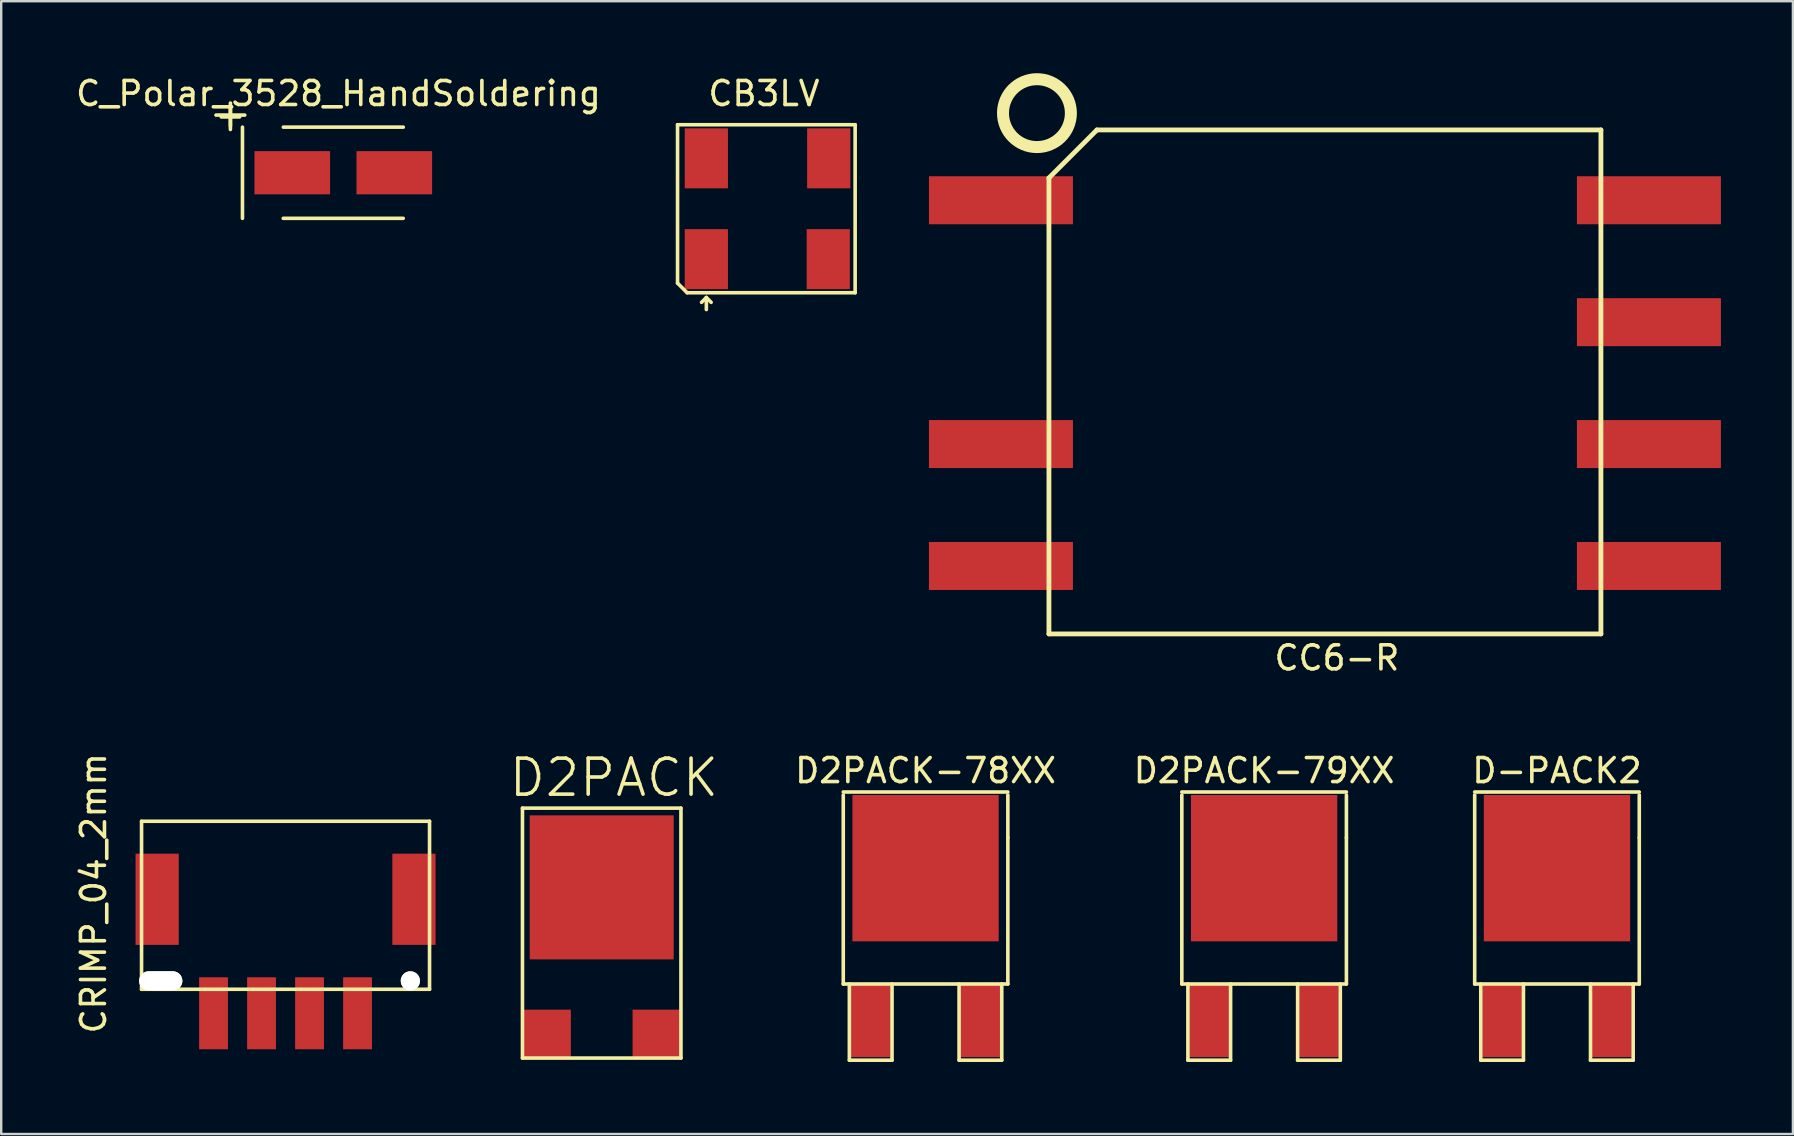
<source format=kicad_pcb>
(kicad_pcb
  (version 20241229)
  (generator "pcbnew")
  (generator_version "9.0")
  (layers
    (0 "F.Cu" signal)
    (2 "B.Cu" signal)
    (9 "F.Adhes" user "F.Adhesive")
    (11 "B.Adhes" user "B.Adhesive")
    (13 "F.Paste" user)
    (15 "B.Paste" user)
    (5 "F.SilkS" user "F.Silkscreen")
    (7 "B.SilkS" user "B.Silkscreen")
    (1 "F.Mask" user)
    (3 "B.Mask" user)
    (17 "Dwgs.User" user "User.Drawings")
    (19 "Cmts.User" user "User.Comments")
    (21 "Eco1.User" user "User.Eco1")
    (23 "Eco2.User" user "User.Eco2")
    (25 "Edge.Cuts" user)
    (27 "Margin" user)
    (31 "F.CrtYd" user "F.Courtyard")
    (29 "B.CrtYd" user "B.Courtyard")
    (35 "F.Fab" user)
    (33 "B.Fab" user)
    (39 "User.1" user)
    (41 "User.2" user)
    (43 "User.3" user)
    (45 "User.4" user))
  (footprint "D-PACK2"
    (layer "F.Cu")
    (at 61.826 39.475)
    (property "Reference" "D-PACK2" (at 0 -10.414 0) (layer "F.SilkS") (effects (font (size 1 1) (thickness 0.15))))
    (attr smd)
    (fp_line (start -3.429 -9.525) (end 3.429 -9.525) (stroke (width 0.15) (type solid)) (layer "F.SilkS"))
    (fp_line (start -3.429 -1.524) (end -3.429 -9.398) (stroke (width 0.15) (type solid)) (layer "F.SilkS"))
    (fp_line (start -3.175 -1.524) (end -3.175 1.651) (stroke (width 0.15) (type solid)) (layer "F.SilkS"))
    (fp_line (start -3.175 1.651) (end -1.397 1.651) (stroke (width 0.15) (type solid)) (layer "F.SilkS"))
    (fp_line (start -1.397 1.651) (end -1.397 -1.524) (stroke (width 0.15) (type solid)) (layer "F.SilkS"))
    (fp_line (start 1.397 -1.524) (end 1.397 1.651) (stroke (width 0.15) (type solid)) (layer "F.SilkS"))
    (fp_line (start 1.397 1.651) (end 3.175 1.651) (stroke (width 0.15) (type solid)) (layer "F.SilkS"))
    (fp_line (start 3.175 1.651) (end 3.175 -1.524) (stroke (width 0.15) (type solid)) (layer "F.SilkS"))
    (fp_line (start 3.429 -9.398) (end 3.429 -7.62) (stroke (width 0.15) (type solid)) (layer "F.SilkS"))
    (fp_line (start 3.429 -7.62) (end 3.429 -1.524) (stroke (width 0.15) (type solid)) (layer "F.SilkS"))
    (fp_line (start 3.429 -1.524) (end -3.429 -1.524) (stroke (width 0.15) (type solid)) (layer "F.SilkS"))
    (pad "GND" smd rect (at 0 -6.35) (size 6.096 6.096) (layers "F.Cu" "F.Mask" "F.Paste"))
    (pad "VI" smd rect (at -2.286 0) (size 1.651 3.048) (layers "F.Cu" "F.Mask" "F.Paste"))
    (pad "VO" smd rect (at 2.286 0) (size 1.651 3.048) (layers "F.Cu" "F.Mask" "F.Paste")))
  (footprint "CRIMP_04_2mm"
    (layer "F.Cu")
    (at 8.848 35.171)
    (property "Reference" "CRIMP_04_2mm" (at -8 -1 90) (layer "F.SilkS") (effects (font (size 1 1) (thickness 0.15))))
    (attr through_hole)
    (fp_line (start -6 -4) (end -6 3) (stroke (width 0.15) (type solid)) (layer "F.SilkS"))
    (fp_line (start -6 3) (end 6 3) (stroke (width 0.15) (type solid)) (layer "F.SilkS"))
    (fp_line (start 6 -4) (end -6 -4) (stroke (width 0.15) (type solid)) (layer "F.SilkS"))
    (fp_line (start 6 3) (end 6 -4) (stroke (width 0.15) (type solid)) (layer "F.SilkS"))
    (pad "" connect rect (at -5.35 -0.75) (size 1.8 3.8) (layers "F.Cu" "F.Mask"))
    (pad "" np_thru_hole oval (at -5.2 2.65) (size 1.8 0.8) (drill oval 1.8 0.8) (layers "*.Cu" "*.Mask" "F.SilkS"))
    (pad "" np_thru_hole circle (at 5.2 2.65) (size 0.8 0.8) (drill 0.8) (layers "*.Cu" "*.Mask" "F.SilkS"))
    (pad "" connect rect (at 5.35 -0.75) (size 1.8 3.8) (layers "F.Cu" "F.Mask"))
    (pad "1" smd rect (at -3 4) (size 1.2 3) (layers "F.Cu" "F.Mask" "F.Paste"))
    (pad "2" smd rect (at -1 4) (size 1.2 3) (layers "F.Cu" "F.Mask" "F.Paste"))
    (pad "3" smd rect (at 1 4) (size 1.2 3) (layers "F.Cu" "F.Mask" "F.Paste"))
    (pad "4" smd rect (at 3 4) (size 1.2 3) (layers "F.Cu" "F.Mask" "F.Paste")))
  (footprint "D2PACK-78XX"
    (layer "F.Cu")
    (at 35.516 39.475)
    (property "Reference" "D2PACK-78XX" (at 0 -10.414 0) (layer "F.SilkS") (effects (font (size 1 1) (thickness 0.15))))
    (attr smd)
    (fp_line (start -3.429 -9.525) (end 3.429 -9.525) (stroke (width 0.15) (type solid)) (layer "F.SilkS"))
    (fp_line (start -3.429 -1.524) (end -3.429 -9.398) (stroke (width 0.15) (type solid)) (layer "F.SilkS"))
    (fp_line (start -3.175 -1.524) (end -3.175 1.651) (stroke (width 0.15) (type solid)) (layer "F.SilkS"))
    (fp_line (start -3.175 1.651) (end -1.397 1.651) (stroke (width 0.15) (type solid)) (layer "F.SilkS"))
    (fp_line (start -1.397 1.651) (end -1.397 -1.524) (stroke (width 0.15) (type solid)) (layer "F.SilkS"))
    (fp_line (start 1.397 -1.524) (end 1.397 1.651) (stroke (width 0.15) (type solid)) (layer "F.SilkS"))
    (fp_line (start 1.397 1.651) (end 3.175 1.651) (stroke (width 0.15) (type solid)) (layer "F.SilkS"))
    (fp_line (start 3.175 1.651) (end 3.175 -1.524) (stroke (width 0.15) (type solid)) (layer "F.SilkS"))
    (fp_line (start 3.429 -9.398) (end 3.429 -7.62) (stroke (width 0.15) (type solid)) (layer "F.SilkS"))
    (fp_line (start 3.429 -7.62) (end 3.429 -1.524) (stroke (width 0.15) (type solid)) (layer "F.SilkS"))
    (fp_line (start 3.429 -1.524) (end -3.429 -1.524) (stroke (width 0.15) (type solid)) (layer "F.SilkS"))
    (pad "GND" smd rect (at 0 -6.35) (size 6.096 6.096) (layers "F.Cu" "F.Mask" "F.Paste"))
    (pad "VI" smd rect (at -2.286 0) (size 1.651 3.048) (layers "F.Cu" "F.Mask" "F.Paste"))
    (pad "VO" smd rect (at 2.286 0) (size 1.651 3.048) (layers "F.Cu" "F.Mask" "F.Paste")))
  (footprint "C_Polar_3528_HandSoldering"
    (layer "F.Cu")
    (at 11.254 4.148)
    (property "Reference" "C_Polar_3528_HandSoldering" (at -0.201 -3.299 0) (layer "F.SilkS") (effects (font (size 1 1) (thickness 0.15))))
    (attr smd)
    (fp_line (start -5.304 -2.403) (end -4.105 -2.403) (stroke (width 0.15) (type solid)) (layer "F.SilkS"))
    (fp_line (start -4.704 -2.903) (end -4.704 -1.803) (stroke (width 0.15) (type solid)) (layer "F.SilkS"))
    (fp_line (start -4.201 -1.9) (end -4.201 1.9) (stroke (width 0.15) (type solid)) (layer "F.SilkS"))
    (fp_line (start 2.497 1.9) (end -2.502 1.9) (stroke (width 0.15) (type solid)) (layer "F.SilkS"))
    (fp_line (start 2.499 -1.9) (end -2.499 -1.9) (stroke (width 0.15) (type solid)) (layer "F.SilkS"))
    (fp_text user "+" (at -4.702 -2.4 0) (layer "F.SilkS") (effects (font (size 1 1) (thickness 0.15))))
    (pad "1" smd rect (at -2.126 0) (size 3.15 1.801) (layers "F.Cu" "F.Mask" "F.Paste"))
    (pad "2" smd rect (at 2.126 0) (size 3.15 1.801) (layers "F.Cu" "F.Mask" "F.Paste")))
  (footprint "CC6-R"
    (layer "F.Cu")
    (at 52.057 12.864)
    (property "Reference" "CC6-R" (at 0.6 11.5 0) (layer "F.SilkS") (effects (font (size 1 1) (thickness 0.15))))
    (attr through_hole)
    (fp_line (start -11.4 -8.5) (end -9.4 -10.5) (stroke (width 0.2) (type solid)) (layer "F.SilkS"))
    (fp_line (start -11.4 10.5) (end -11.4 -8.5) (stroke (width 0.2) (type solid)) (layer "F.SilkS"))
    (fp_line (start -9.4 -10.5) (end 11.6 -10.5) (stroke (width 0.2) (type solid)) (layer "F.SilkS"))
    (fp_line (start 11.6 -10.5) (end 11.6 10.5) (stroke (width 0.2) (type solid)) (layer "F.SilkS"))
    (fp_line (start 11.6 10.5) (end -11.4 10.5) (stroke (width 0.2) (type solid)) (layer "F.SilkS"))
    (fp_circle (center -11.9 -11.2) (end -10.9 -10.2) (stroke (width 0.5) (type solid)) (fill no) (layer "F.SilkS"))
    (pad "1" smd rect (at -13.4 -7.57) (size 6 2) (layers "F.Cu" "F.Mask" "F.Paste"))
    (pad "2" smd rect (at -13.4 2.59) (size 6 2) (layers "F.Cu" "F.Mask" "F.Paste"))
    (pad "3" smd rect (at -13.4 7.67) (size 6 2) (layers "F.Cu" "F.Mask" "F.Paste"))
    (pad "4" smd rect (at 13.6 7.67) (size 6 2) (layers "F.Cu" "F.Mask" "F.Paste"))
    (pad "5" smd rect (at 13.6 2.59) (size 6 2) (layers "F.Cu" "F.Mask" "F.Paste"))
    (pad "6" smd rect (at 13.6 -2.49) (size 6 2) (layers "F.Cu" "F.Mask" "F.Paste"))
    (pad "7" smd rect (at 13.6 -7.57) (size 6 2) (layers "F.Cu" "F.Mask" "F.Paste")))
  (footprint "CB3LV"
    (layer "F.Cu")
    (at 26.382 7.748)
    (property "Reference" "CB3LV" (at 2.4 -6.9 0) (layer "F.SilkS") (effects (font (size 1 1) (thickness 0.15))))
    (attr through_hole)
    (fp_line (start -1.2 -5.6) (end -1.2 1) (stroke (width 0.15) (type solid)) (layer "F.SilkS"))
    (fp_line (start -1.2 1) (end -0.8 1.4) (stroke (width 0.15) (type solid)) (layer "F.SilkS"))
    (fp_line (start -0.8 1.4) (end 6.2 1.4) (stroke (width 0.15) (type solid)) (layer "F.SilkS"))
    (fp_line (start 0 1.6) (end -0.2 1.8) (stroke (width 0.15) (type solid)) (layer "F.SilkS"))
    (fp_line (start 0 1.6) (end 0.2 1.8) (stroke (width 0.15) (type solid)) (layer "F.SilkS"))
    (fp_line (start 0 2.1) (end 0 1.6) (stroke (width 0.15) (type solid)) (layer "F.SilkS"))
    (fp_line (start 6.2 -5.6) (end -1.2 -5.6) (stroke (width 0.15) (type solid)) (layer "F.SilkS"))
    (fp_line (start 6.2 1.4) (end 6.2 -5.6) (stroke (width 0.15) (type solid)) (layer "F.SilkS"))
    (pad "1" smd rect (at 0 0) (size 1.8 2.5) (layers "F.Cu" "F.Mask" "F.Paste"))
    (pad "2" smd rect (at 5.08 0) (size 1.8 2.5) (layers "F.Cu" "F.Mask" "F.Paste"))
    (pad "3" smd rect (at 5.1 -4.2) (size 1.8 2.5) (layers "F.Cu" "F.Mask" "F.Paste"))
    (pad "4" smd rect (at 0 -4.2) (size 1.8 2.5) (layers "F.Cu" "F.Mask" "F.Paste")))
  (footprint "D2PACK"
    (layer "F.Cu")
    (at 22.022 33.925)
    (property "Reference" "D2PACK" (at 0.508 -4.572 0) (layer "F.SilkS") (effects (font (size 1.5 1.5) (thickness 0.15))))
    (attr through_hole)
    (fp_line (start -3.302 -3.302) (end -3.302 7.112) (stroke (width 0.15) (type solid)) (layer "F.SilkS"))
    (fp_line (start -3.302 7.112) (end 3.302 7.112) (stroke (width 0.15) (type solid)) (layer "F.SilkS"))
    (fp_line (start 3.302 -3.302) (end -3.302 -3.302) (stroke (width 0.15) (type solid)) (layer "F.SilkS"))
    (fp_line (start 3.302 7.112) (end 3.302 -3.302) (stroke (width 0.15) (type solid)) (layer "F.SilkS"))
    (pad "1" smd rect (at -2.286 6.096) (size 2 2) (layers "F.Cu" "F.Mask" "F.Paste"))
    (pad "2" smd rect (at 0 0) (size 6 6) (layers "F.Cu" "F.Mask" "F.Paste"))
    (pad "3" smd rect (at 2.286 6.096) (size 2 2) (layers "F.Cu" "F.Mask" "F.Paste")))
  (footprint "D2PACK-79XX"
    (layer "F.Cu")
    (at 49.623 39.475)
    (property "Reference" "D2PACK-79XX" (at 0 -10.414 0) (layer "F.SilkS") (effects (font (size 1 1) (thickness 0.15))))
    (attr smd)
    (fp_line (start -3.429 -9.525) (end 3.429 -9.525) (stroke (width 0.15) (type solid)) (layer "F.SilkS"))
    (fp_line (start -3.429 -1.524) (end -3.429 -9.398) (stroke (width 0.15) (type solid)) (layer "F.SilkS"))
    (fp_line (start -3.175 -1.524) (end -3.175 1.651) (stroke (width 0.15) (type solid)) (layer "F.SilkS"))
    (fp_line (start -3.175 1.651) (end -1.397 1.651) (stroke (width 0.15) (type solid)) (layer "F.SilkS"))
    (fp_line (start -1.397 1.651) (end -1.397 -1.524) (stroke (width 0.15) (type solid)) (layer "F.SilkS"))
    (fp_line (start 1.397 -1.524) (end 1.397 1.651) (stroke (width 0.15) (type solid)) (layer "F.SilkS"))
    (fp_line (start 1.397 1.651) (end 3.175 1.651) (stroke (width 0.15) (type solid)) (layer "F.SilkS"))
    (fp_line (start 3.175 1.651) (end 3.175 -1.524) (stroke (width 0.15) (type solid)) (layer "F.SilkS"))
    (fp_line (start 3.429 -9.398) (end 3.429 -7.62) (stroke (width 0.15) (type solid)) (layer "F.SilkS"))
    (fp_line (start 3.429 -7.62) (end 3.429 -1.524) (stroke (width 0.15) (type solid)) (layer "F.SilkS"))
    (fp_line (start 3.429 -1.524) (end -3.429 -1.524) (stroke (width 0.15) (type solid)) (layer "F.SilkS"))
    (pad "GND" smd rect (at -2.286 0) (size 1.651 3.048) (layers "F.Cu" "F.Mask" "F.Paste"))
    (pad "VI" smd rect (at 0 -6.35) (size 6.096 6.096) (layers "F.Cu" "F.Mask" "F.Paste"))
    (pad "VO" smd rect (at 2.286 0) (size 1.651 3.048) (layers "F.Cu" "F.Mask" "F.Paste")))
  (gr_rect
    (start -3 -3)
    (end 71.657 44.201)
    (stroke (width 0.1) (type default))
    (fill no)
    (layer "Edge.Cuts")))
</source>
